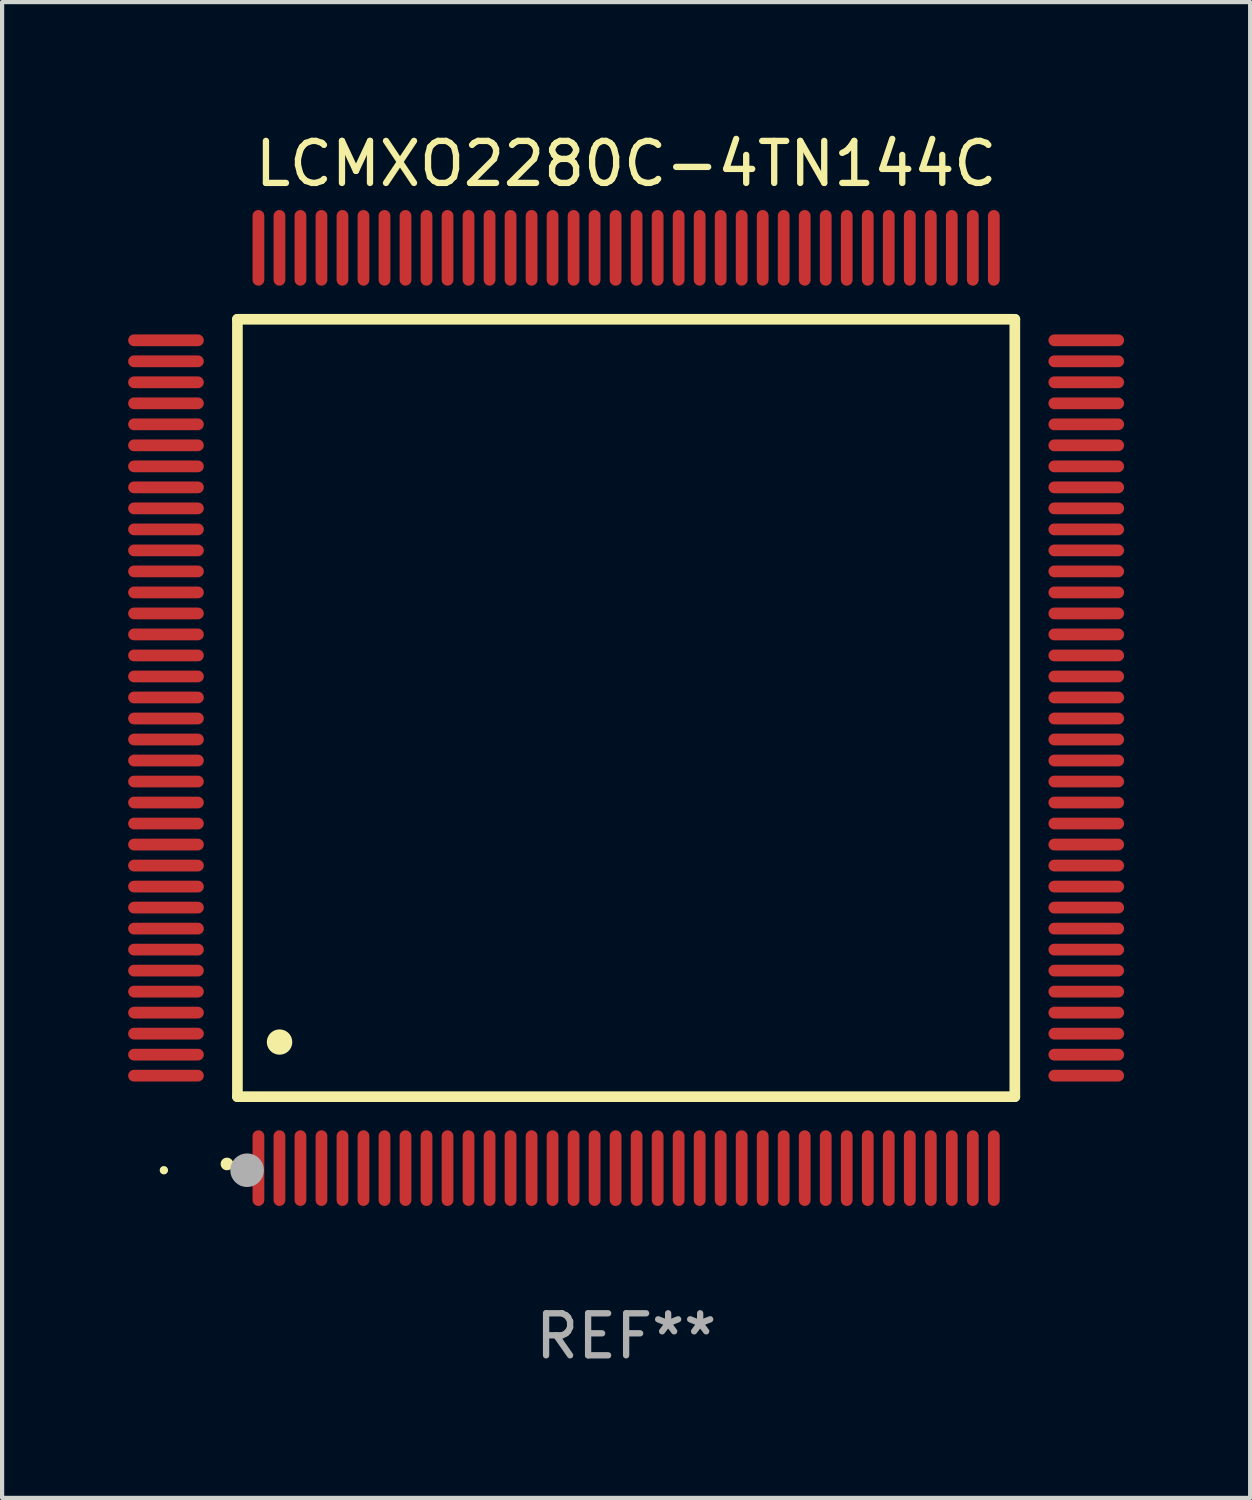
<source format=kicad_pcb>
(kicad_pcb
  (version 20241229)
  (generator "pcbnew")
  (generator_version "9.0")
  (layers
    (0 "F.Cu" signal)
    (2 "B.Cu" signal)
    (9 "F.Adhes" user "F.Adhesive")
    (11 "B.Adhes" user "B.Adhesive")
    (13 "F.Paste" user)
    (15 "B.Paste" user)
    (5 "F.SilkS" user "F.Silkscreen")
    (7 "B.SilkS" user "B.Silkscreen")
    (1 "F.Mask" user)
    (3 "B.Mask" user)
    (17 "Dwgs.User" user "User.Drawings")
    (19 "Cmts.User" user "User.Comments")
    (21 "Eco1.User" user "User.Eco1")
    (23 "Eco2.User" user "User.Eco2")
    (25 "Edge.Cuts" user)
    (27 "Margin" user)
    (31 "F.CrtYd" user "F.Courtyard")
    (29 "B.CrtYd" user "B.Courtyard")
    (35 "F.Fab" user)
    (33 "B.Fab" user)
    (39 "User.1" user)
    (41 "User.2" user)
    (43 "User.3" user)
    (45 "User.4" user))
  (footprint "LCMXO2280C-4TN144C"
    (layer "F.Cu")
    (at 11.85 13.798)
    (property "Reference" "LCMXO2280C-4TN144C" (at 0 -12.95 0) (layer "F.SilkS") (effects (font (size 1 1) (thickness 0.15))))
    (attr through_hole)
    (fp_line (start -9.25 -9.25) (end -9.25 9.25) (stroke (width 0.254) (type solid)) (layer "F.SilkS"))
    (fp_line (start -9.25 9.25) (end 9.25 9.25) (stroke (width 0.254) (type solid)) (layer "F.SilkS"))
    (fp_line (start 9.25 -9.25) (end -9.25 -9.25) (stroke (width 0.254) (type solid)) (layer "F.SilkS"))
    (fp_line (start 9.25 9.25) (end 9.25 -9.25) (stroke (width 0.254) (type solid)) (layer "F.SilkS"))
    (fp_arc (start -9.499619 10.850902) (mid -9.498349 10.850897) (end -9.497079 10.850902) (stroke (width 0.3) (type solid)) (layer "F.SilkS"))
    (fp_arc (start -8.249936 7.950216) (mid -8.247396 7.950205) (end -8.244856 7.950216) (stroke (width 0.6) (type solid)) (layer "F.SilkS"))
    (fp_circle (center -11 11) (end -10.95 11) (stroke (width 0.1) (type solid)) (fill no) (layer "F.SilkS"))
    (fp_circle (center -9.02 11) (end -8.82 11) (stroke (width 0.4) (type solid)) (fill no) (layer "F.Fab"))
    (fp_text user "REF**" (at 0 14.95 0) (layer "F.Fab") (effects (font (size 1 1) (thickness 0.15))))
    (pad "1" smd oval (at -8.75 10.95) (size 0.28 1.8) (layers "F.Cu" "F.Mask" "F.Paste"))
    (pad "2" smd oval (at -8.25 10.95) (size 0.28 1.8) (layers "F.Cu" "F.Mask" "F.Paste"))
    (pad "3" smd oval (at -7.75 10.95) (size 0.28 1.8) (layers "F.Cu" "F.Mask" "F.Paste"))
    (pad "4" smd oval (at -7.25 10.95) (size 0.28 1.8) (layers "F.Cu" "F.Mask" "F.Paste"))
    (pad "5" smd oval (at -6.75 10.95) (size 0.28 1.8) (layers "F.Cu" "F.Mask" "F.Paste"))
    (pad "6" smd oval (at -6.25 10.95) (size 0.28 1.8) (layers "F.Cu" "F.Mask" "F.Paste"))
    (pad "7" smd oval (at -5.75 10.95) (size 0.28 1.8) (layers "F.Cu" "F.Mask" "F.Paste"))
    (pad "8" smd oval (at -5.25 10.95) (size 0.28 1.8) (layers "F.Cu" "F.Mask" "F.Paste"))
    (pad "9" smd oval (at -4.75 10.95) (size 0.28 1.8) (layers "F.Cu" "F.Mask" "F.Paste"))
    (pad "10" smd oval (at -4.25 10.95) (size 0.28 1.8) (layers "F.Cu" "F.Mask" "F.Paste"))
    (pad "11" smd oval (at -3.75 10.95) (size 0.28 1.8) (layers "F.Cu" "F.Mask" "F.Paste"))
    (pad "12" smd oval (at -3.25 10.95) (size 0.28 1.8) (layers "F.Cu" "F.Mask" "F.Paste"))
    (pad "13" smd oval (at -2.75 10.95) (size 0.28 1.8) (layers "F.Cu" "F.Mask" "F.Paste"))
    (pad "14" smd oval (at -2.25 10.95) (size 0.28 1.8) (layers "F.Cu" "F.Mask" "F.Paste"))
    (pad "15" smd oval (at -1.75 10.95) (size 0.28 1.8) (layers "F.Cu" "F.Mask" "F.Paste"))
    (pad "16" smd oval (at -1.25 10.95) (size 0.28 1.8) (layers "F.Cu" "F.Mask" "F.Paste"))
    (pad "17" smd oval (at -0.75 10.95) (size 0.28 1.8) (layers "F.Cu" "F.Mask" "F.Paste"))
    (pad "18" smd oval (at -0.25 10.95) (size 0.28 1.8) (layers "F.Cu" "F.Mask" "F.Paste"))
    (pad "19" smd oval (at 0.25 10.95) (size 0.28 1.8) (layers "F.Cu" "F.Mask" "F.Paste"))
    (pad "20" smd oval (at 0.75 10.95) (size 0.28 1.8) (layers "F.Cu" "F.Mask" "F.Paste"))
    (pad "21" smd oval (at 1.25 10.95) (size 0.28 1.8) (layers "F.Cu" "F.Mask" "F.Paste"))
    (pad "22" smd oval (at 1.75 10.95) (size 0.28 1.8) (layers "F.Cu" "F.Mask" "F.Paste"))
    (pad "23" smd oval (at 2.25 10.95) (size 0.28 1.8) (layers "F.Cu" "F.Mask" "F.Paste"))
    (pad "24" smd oval (at 2.75 10.95) (size 0.28 1.8) (layers "F.Cu" "F.Mask" "F.Paste"))
    (pad "25" smd oval (at 3.25 10.95) (size 0.28 1.8) (layers "F.Cu" "F.Mask" "F.Paste"))
    (pad "26" smd oval (at 3.75 10.95) (size 0.28 1.8) (layers "F.Cu" "F.Mask" "F.Paste"))
    (pad "27" smd oval (at 4.25 10.95) (size 0.28 1.8) (layers "F.Cu" "F.Mask" "F.Paste"))
    (pad "28" smd oval (at 4.75 10.95) (size 0.28 1.8) (layers "F.Cu" "F.Mask" "F.Paste"))
    (pad "29" smd oval (at 5.25 10.95) (size 0.28 1.8) (layers "F.Cu" "F.Mask" "F.Paste"))
    (pad "30" smd oval (at 5.75 10.95) (size 0.28 1.8) (layers "F.Cu" "F.Mask" "F.Paste"))
    (pad "31" smd oval (at 6.25 10.95) (size 0.28 1.8) (layers "F.Cu" "F.Mask" "F.Paste"))
    (pad "32" smd oval (at 6.75 10.95) (size 0.28 1.8) (layers "F.Cu" "F.Mask" "F.Paste"))
    (pad "33" smd oval (at 7.25 10.95) (size 0.28 1.8) (layers "F.Cu" "F.Mask" "F.Paste"))
    (pad "34" smd oval (at 7.75 10.95) (size 0.28 1.8) (layers "F.Cu" "F.Mask" "F.Paste"))
    (pad "35" smd oval (at 8.25 10.95) (size 0.28 1.8) (layers "F.Cu" "F.Mask" "F.Paste"))
    (pad "36" smd oval (at 8.75 10.95) (size 0.28 1.8) (layers "F.Cu" "F.Mask" "F.Paste"))
    (pad "37" smd oval (at 10.95 8.75) (size 1.8 0.28) (layers "F.Cu" "F.Mask" "F.Paste"))
    (pad "38" smd oval (at 10.95 8.25) (size 1.8 0.28) (layers "F.Cu" "F.Mask" "F.Paste"))
    (pad "39" smd oval (at 10.95 7.75) (size 1.8 0.28) (layers "F.Cu" "F.Mask" "F.Paste"))
    (pad "40" smd oval (at 10.95 7.25) (size 1.8 0.28) (layers "F.Cu" "F.Mask" "F.Paste"))
    (pad "41" smd oval (at 10.95 6.75) (size 1.8 0.28) (layers "F.Cu" "F.Mask" "F.Paste"))
    (pad "42" smd oval (at 10.95 6.25) (size 1.8 0.28) (layers "F.Cu" "F.Mask" "F.Paste"))
    (pad "43" smd oval (at 10.95 5.75) (size 1.8 0.28) (layers "F.Cu" "F.Mask" "F.Paste"))
    (pad "44" smd oval (at 10.95 5.25) (size 1.8 0.28) (layers "F.Cu" "F.Mask" "F.Paste"))
    (pad "45" smd oval (at 10.95 4.75) (size 1.8 0.28) (layers "F.Cu" "F.Mask" "F.Paste"))
    (pad "46" smd oval (at 10.95 4.25) (size 1.8 0.28) (layers "F.Cu" "F.Mask" "F.Paste"))
    (pad "47" smd oval (at 10.95 3.75) (size 1.8 0.28) (layers "F.Cu" "F.Mask" "F.Paste"))
    (pad "48" smd oval (at 10.95 3.25) (size 1.8 0.28) (layers "F.Cu" "F.Mask" "F.Paste"))
    (pad "49" smd oval (at 10.95 2.75) (size 1.8 0.28) (layers "F.Cu" "F.Mask" "F.Paste"))
    (pad "50" smd oval (at 10.95 2.25) (size 1.8 0.28) (layers "F.Cu" "F.Mask" "F.Paste"))
    (pad "51" smd oval (at 10.95 1.75) (size 1.8 0.28) (layers "F.Cu" "F.Mask" "F.Paste"))
    (pad "52" smd oval (at 10.95 1.25) (size 1.8 0.28) (layers "F.Cu" "F.Mask" "F.Paste"))
    (pad "53" smd oval (at 10.95 0.75) (size 1.8 0.28) (layers "F.Cu" "F.Mask" "F.Paste"))
    (pad "54" smd oval (at 10.95 0.25) (size 1.8 0.28) (layers "F.Cu" "F.Mask" "F.Paste"))
    (pad "55" smd oval (at 10.95 -0.25) (size 1.8 0.28) (layers "F.Cu" "F.Mask" "F.Paste"))
    (pad "56" smd oval (at 10.95 -0.75) (size 1.8 0.28) (layers "F.Cu" "F.Mask" "F.Paste"))
    (pad "57" smd oval (at 10.95 -1.25) (size 1.8 0.28) (layers "F.Cu" "F.Mask" "F.Paste"))
    (pad "58" smd oval (at 10.95 -1.75) (size 1.8 0.28) (layers "F.Cu" "F.Mask" "F.Paste"))
    (pad "59" smd oval (at 10.95 -2.25) (size 1.8 0.28) (layers "F.Cu" "F.Mask" "F.Paste"))
    (pad "60" smd oval (at 10.95 -2.75) (size 1.8 0.28) (layers "F.Cu" "F.Mask" "F.Paste"))
    (pad "61" smd oval (at 10.95 -3.25) (size 1.8 0.28) (layers "F.Cu" "F.Mask" "F.Paste"))
    (pad "62" smd oval (at 10.95 -3.75) (size 1.8 0.28) (layers "F.Cu" "F.Mask" "F.Paste"))
    (pad "63" smd oval (at 10.95 -4.25) (size 1.8 0.28) (layers "F.Cu" "F.Mask" "F.Paste"))
    (pad "64" smd oval (at 10.95 -4.75) (size 1.8 0.28) (layers "F.Cu" "F.Mask" "F.Paste"))
    (pad "65" smd oval (at 10.95 -5.25) (size 1.8 0.28) (layers "F.Cu" "F.Mask" "F.Paste"))
    (pad "66" smd oval (at 10.95 -5.75) (size 1.8 0.28) (layers "F.Cu" "F.Mask" "F.Paste"))
    (pad "67" smd oval (at 10.95 -6.25) (size 1.8 0.28) (layers "F.Cu" "F.Mask" "F.Paste"))
    (pad "68" smd oval (at 10.95 -6.75) (size 1.8 0.28) (layers "F.Cu" "F.Mask" "F.Paste"))
    (pad "69" smd oval (at 10.95 -7.25) (size 1.8 0.28) (layers "F.Cu" "F.Mask" "F.Paste"))
    (pad "70" smd oval (at 10.95 -7.75) (size 1.8 0.28) (layers "F.Cu" "F.Mask" "F.Paste"))
    (pad "71" smd oval (at 10.95 -8.25) (size 1.8 0.28) (layers "F.Cu" "F.Mask" "F.Paste"))
    (pad "72" smd oval (at 10.95 -8.75) (size 1.8 0.28) (layers "F.Cu" "F.Mask" "F.Paste"))
    (pad "73" smd oval (at 8.75 -10.95) (size 0.28 1.8) (layers "F.Cu" "F.Mask" "F.Paste"))
    (pad "74" smd oval (at 8.25 -10.95) (size 0.28 1.8) (layers "F.Cu" "F.Mask" "F.Paste"))
    (pad "75" smd oval (at 7.75 -10.95) (size 0.28 1.8) (layers "F.Cu" "F.Mask" "F.Paste"))
    (pad "76" smd oval (at 7.25 -10.95) (size 0.28 1.8) (layers "F.Cu" "F.Mask" "F.Paste"))
    (pad "77" smd oval (at 6.75 -10.95) (size 0.28 1.8) (layers "F.Cu" "F.Mask" "F.Paste"))
    (pad "78" smd oval (at 6.25 -10.95) (size 0.28 1.8) (layers "F.Cu" "F.Mask" "F.Paste"))
    (pad "79" smd oval (at 5.75 -10.95) (size 0.28 1.8) (layers "F.Cu" "F.Mask" "F.Paste"))
    (pad "80" smd oval (at 5.25 -10.95) (size 0.28 1.8) (layers "F.Cu" "F.Mask" "F.Paste"))
    (pad "81" smd oval (at 4.75 -10.95) (size 0.28 1.8) (layers "F.Cu" "F.Mask" "F.Paste"))
    (pad "82" smd oval (at 4.25 -10.95) (size 0.28 1.8) (layers "F.Cu" "F.Mask" "F.Paste"))
    (pad "83" smd oval (at 3.75 -10.95) (size 0.28 1.8) (layers "F.Cu" "F.Mask" "F.Paste"))
    (pad "84" smd oval (at 3.25 -10.95) (size 0.28 1.8) (layers "F.Cu" "F.Mask" "F.Paste"))
    (pad "85" smd oval (at 2.75 -10.95) (size 0.28 1.8) (layers "F.Cu" "F.Mask" "F.Paste"))
    (pad "86" smd oval (at 2.25 -10.95) (size 0.28 1.8) (layers "F.Cu" "F.Mask" "F.Paste"))
    (pad "87" smd oval (at 1.75 -10.95) (size 0.28 1.8) (layers "F.Cu" "F.Mask" "F.Paste"))
    (pad "88" smd oval (at 1.25 -10.95) (size 0.28 1.8) (layers "F.Cu" "F.Mask" "F.Paste"))
    (pad "89" smd oval (at 0.75 -10.95) (size 0.28 1.8) (layers "F.Cu" "F.Mask" "F.Paste"))
    (pad "90" smd oval (at 0.25 -10.95) (size 0.28 1.8) (layers "F.Cu" "F.Mask" "F.Paste"))
    (pad "91" smd oval (at -0.25 -10.95) (size 0.28 1.8) (layers "F.Cu" "F.Mask" "F.Paste"))
    (pad "92" smd oval (at -0.75 -10.95) (size 0.28 1.8) (layers "F.Cu" "F.Mask" "F.Paste"))
    (pad "93" smd oval (at -1.25 -10.95) (size 0.28 1.8) (layers "F.Cu" "F.Mask" "F.Paste"))
    (pad "94" smd oval (at -1.75 -10.95) (size 0.28 1.8) (layers "F.Cu" "F.Mask" "F.Paste"))
    (pad "95" smd oval (at -2.25 -10.95) (size 0.28 1.8) (layers "F.Cu" "F.Mask" "F.Paste"))
    (pad "96" smd oval (at -2.75 -10.95) (size 0.28 1.8) (layers "F.Cu" "F.Mask" "F.Paste"))
    (pad "97" smd oval (at -3.25 -10.95) (size 0.28 1.8) (layers "F.Cu" "F.Mask" "F.Paste"))
    (pad "98" smd oval (at -3.75 -10.95) (size 0.28 1.8) (layers "F.Cu" "F.Mask" "F.Paste"))
    (pad "99" smd oval (at -4.25 -10.95) (size 0.28 1.8) (layers "F.Cu" "F.Mask" "F.Paste"))
    (pad "100" smd oval (at -4.75 -10.95) (size 0.28 1.8) (layers "F.Cu" "F.Mask" "F.Paste"))
    (pad "101" smd oval (at -5.25 -10.95) (size 0.28 1.8) (layers "F.Cu" "F.Mask" "F.Paste"))
    (pad "102" smd oval (at -5.75 -10.95) (size 0.28 1.8) (layers "F.Cu" "F.Mask" "F.Paste"))
    (pad "103" smd oval (at -6.25 -10.95) (size 0.28 1.8) (layers "F.Cu" "F.Mask" "F.Paste"))
    (pad "104" smd oval (at -6.75 -10.95) (size 0.28 1.8) (layers "F.Cu" "F.Mask" "F.Paste"))
    (pad "105" smd oval (at -7.25 -10.95) (size 0.28 1.8) (layers "F.Cu" "F.Mask" "F.Paste"))
    (pad "106" smd oval (at -7.75 -10.95) (size 0.28 1.8) (layers "F.Cu" "F.Mask" "F.Paste"))
    (pad "107" smd oval (at -8.25 -10.95) (size 0.28 1.8) (layers "F.Cu" "F.Mask" "F.Paste"))
    (pad "108" smd oval (at -8.75 -10.95) (size 0.28 1.8) (layers "F.Cu" "F.Mask" "F.Paste"))
    (pad "109" smd oval (at -10.95 -8.75) (size 1.8 0.28) (layers "F.Cu" "F.Mask" "F.Paste"))
    (pad "110" smd oval (at -10.95 -8.25) (size 1.8 0.28) (layers "F.Cu" "F.Mask" "F.Paste"))
    (pad "111" smd oval (at -10.95 -7.75) (size 1.8 0.28) (layers "F.Cu" "F.Mask" "F.Paste"))
    (pad "112" smd oval (at -10.95 -7.25) (size 1.8 0.28) (layers "F.Cu" "F.Mask" "F.Paste"))
    (pad "113" smd oval (at -10.95 -6.75) (size 1.8 0.28) (layers "F.Cu" "F.Mask" "F.Paste"))
    (pad "114" smd oval (at -10.95 -6.25) (size 1.8 0.28) (layers "F.Cu" "F.Mask" "F.Paste"))
    (pad "115" smd oval (at -10.95 -5.75) (size 1.8 0.28) (layers "F.Cu" "F.Mask" "F.Paste"))
    (pad "116" smd oval (at -10.95 -5.25) (size 1.8 0.28) (layers "F.Cu" "F.Mask" "F.Paste"))
    (pad "117" smd oval (at -10.95 -4.75) (size 1.8 0.28) (layers "F.Cu" "F.Mask" "F.Paste"))
    (pad "118" smd oval (at -10.95 -4.25) (size 1.8 0.28) (layers "F.Cu" "F.Mask" "F.Paste"))
    (pad "119" smd oval (at -10.95 -3.75) (size 1.8 0.28) (layers "F.Cu" "F.Mask" "F.Paste"))
    (pad "120" smd oval (at -10.95 -3.25) (size 1.8 0.28) (layers "F.Cu" "F.Mask" "F.Paste"))
    (pad "121" smd oval (at -10.95 -2.75) (size 1.8 0.28) (layers "F.Cu" "F.Mask" "F.Paste"))
    (pad "122" smd oval (at -10.95 -2.25) (size 1.8 0.28) (layers "F.Cu" "F.Mask" "F.Paste"))
    (pad "123" smd oval (at -10.95 -1.75) (size 1.8 0.28) (layers "F.Cu" "F.Mask" "F.Paste"))
    (pad "124" smd oval (at -10.95 -1.25) (size 1.8 0.28) (layers "F.Cu" "F.Mask" "F.Paste"))
    (pad "125" smd oval (at -10.95 -0.75) (size 1.8 0.28) (layers "F.Cu" "F.Mask" "F.Paste"))
    (pad "126" smd oval (at -10.95 -0.25) (size 1.8 0.28) (layers "F.Cu" "F.Mask" "F.Paste"))
    (pad "127" smd oval (at -10.95 0.25) (size 1.8 0.28) (layers "F.Cu" "F.Mask" "F.Paste"))
    (pad "128" smd oval (at -10.95 0.75) (size 1.8 0.28) (layers "F.Cu" "F.Mask" "F.Paste"))
    (pad "129" smd oval (at -10.95 1.25) (size 1.8 0.28) (layers "F.Cu" "F.Mask" "F.Paste"))
    (pad "130" smd oval (at -10.95 1.75) (size 1.8 0.28) (layers "F.Cu" "F.Mask" "F.Paste"))
    (pad "131" smd oval (at -10.95 2.25) (size 1.8 0.28) (layers "F.Cu" "F.Mask" "F.Paste"))
    (pad "132" smd oval (at -10.95 2.75) (size 1.8 0.28) (layers "F.Cu" "F.Mask" "F.Paste"))
    (pad "133" smd oval (at -10.95 3.25) (size 1.8 0.28) (layers "F.Cu" "F.Mask" "F.Paste"))
    (pad "134" smd oval (at -10.95 3.75) (size 1.8 0.28) (layers "F.Cu" "F.Mask" "F.Paste"))
    (pad "135" smd oval (at -10.95 4.25) (size 1.8 0.28) (layers "F.Cu" "F.Mask" "F.Paste"))
    (pad "136" smd oval (at -10.95 4.75) (size 1.8 0.28) (layers "F.Cu" "F.Mask" "F.Paste"))
    (pad "137" smd oval (at -10.95 5.25) (size 1.8 0.28) (layers "F.Cu" "F.Mask" "F.Paste"))
    (pad "138" smd oval (at -10.95 5.75) (size 1.8 0.28) (layers "F.Cu" "F.Mask" "F.Paste"))
    (pad "139" smd oval (at -10.95 6.25) (size 1.8 0.28) (layers "F.Cu" "F.Mask" "F.Paste"))
    (pad "140" smd oval (at -10.95 6.75) (size 1.8 0.28) (layers "F.Cu" "F.Mask" "F.Paste"))
    (pad "141" smd oval (at -10.95 7.25) (size 1.8 0.28) (layers "F.Cu" "F.Mask" "F.Paste"))
    (pad "142" smd oval (at -10.95 7.75) (size 1.8 0.28) (layers "F.Cu" "F.Mask" "F.Paste"))
    (pad "143" smd oval (at -10.95 8.25) (size 1.8 0.28) (layers "F.Cu" "F.Mask" "F.Paste"))
    (pad "144" smd oval (at -10.95 8.75) (size 1.8 0.28) (layers "F.Cu" "F.Mask" "F.Paste")))
  (gr_rect
    (start -3 -3)
    (end 26.7 32.596)
    (stroke (width 0.1) (type default))
    (fill no)
    (layer "Edge.Cuts")))
</source>
